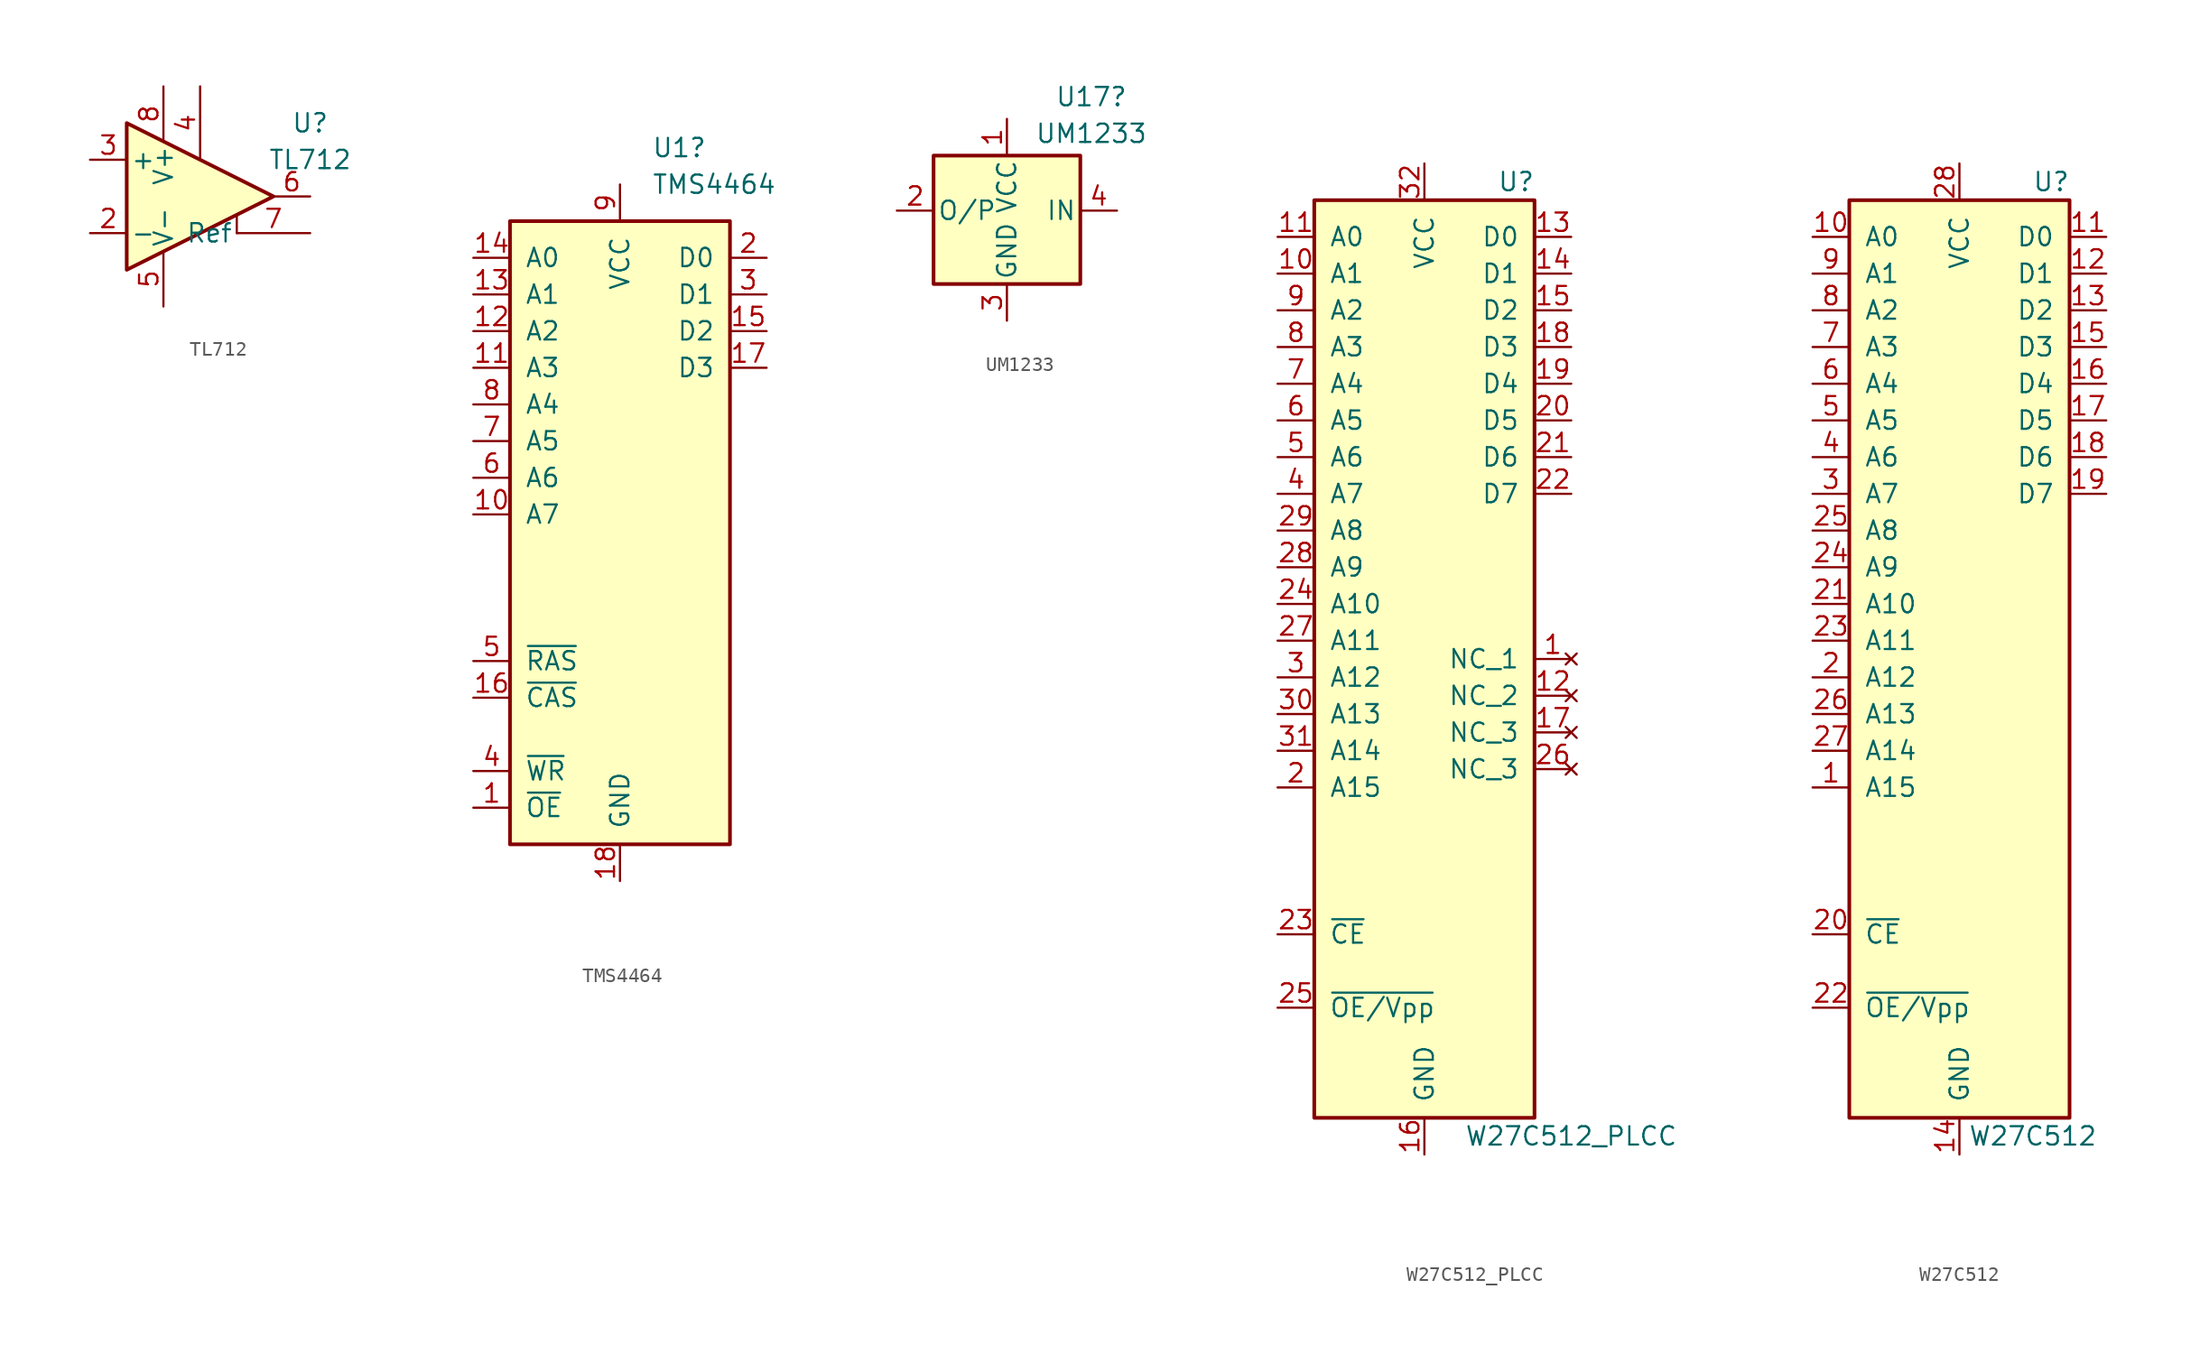
<source format=kicad_sym>
(kicad_symbol_lib
  (version 20241209)
  (generator "kicad_symbol_editor")
  (generator_version "9.0")
  (symbol "TL712"
    (pin_names
      (offset 0.254))
    (property "Reference" "U"
      (at 7.62 5.08 0)
      (effects (font (size 1.27 1.27))))
    (property "Value" "TL712"
      (at 7.62 2.54 0)
      (effects (font (size 1.27 1.27))))
    (symbol "TL712_0_1"
      (polyline (pts (xy -5.08 5.08) (xy 5.08 0) (xy -5.08 -5.08) (xy -5.08 5.08)) (stroke (width 0.254) (type default)) (fill (type background)))
      (polyline (pts (xy 2.54 -2.54) (xy 2.54 -1.27)) (stroke (width 0) (type default)) (fill (type none))))
    (symbol "TL712_1_1"
      (pin input line (at -7.62 2.54 0) (length 2.54) (name "+" (effects (font (size 1.27 1.27)))) (number "3" (effects (font (size 1.27 1.27)))))
      (pin input line (at -7.62 -2.54 0) (length 2.54) (name "-" (effects (font (size 1.27 1.27)))) (number "2" (effects (font (size 1.27 1.27)))))
      (pin power_in line (at -2.54 7.62 270) (length 3.81) (name "V+" (effects (font (size 1.27 1.27)))) (number "8" (effects (font (size 1.27 1.27)))))
      (pin power_in line (at -2.54 -7.62 90) (length 3.81) (name "V-" (effects (font (size 1.27 1.27)))) (number "5" (effects (font (size 1.27 1.27)))))
      (pin input line (at 0 7.62 270) (length 5.08) (name "~" (effects (font (size 1.27 1.27)))) (number "4" (effects (font (size 1.27 1.27)))))
      (pin output line (at 7.62 0 180) (length 2.54) (name "~" (effects (font (size 1.27 1.27)))) (number "6" (effects (font (size 1.27 1.27)))))
      (pin output line (at 7.62 -2.54 180) (length 5.08) (name "Ref" (effects (font (size 1.27 1.27)))) (number "7" (effects (font (size 1.27 1.27)))))))
  (symbol "TMS4464"
    (pin_names
      (offset 1.016))
    (property "Reference" "U1"
      (at 2.194 30.48 0)
      (effects (font (size 1.27 1.27)) (justify left)))
    (property "Value" "TMS4464"
      (at 2.194 27.94 0)
      (effects (font (size 1.27 1.27)) (justify left)))
    (symbol "TMS4464_1_1"
      (rectangle (start -7.62 25.4) (end 7.62 -17.78) (stroke (width 0.254) (type default)) (fill (type background)))
      (pin input line (at -10.16 22.86 0) (length 2.54) (name "A0" (effects (font (size 1.27 1.27)))) (number "14" (effects (font (size 1.27 1.27)))))
      (pin input line (at -10.16 20.32 0) (length 2.54) (name "A1" (effects (font (size 1.27 1.27)))) (number "13" (effects (font (size 1.27 1.27)))))
      (pin input line (at -10.16 17.78 0) (length 2.54) (name "A2" (effects (font (size 1.27 1.27)))) (number "12" (effects (font (size 1.27 1.27)))))
      (pin input line (at -10.16 15.24 0) (length 2.54) (name "A3" (effects (font (size 1.27 1.27)))) (number "11" (effects (font (size 1.27 1.27)))))
      (pin input line (at -10.16 12.7 0) (length 2.54) (name "A4" (effects (font (size 1.27 1.27)))) (number "8" (effects (font (size 1.27 1.27)))))
      (pin input line (at -10.16 10.16 0) (length 2.54) (name "A5" (effects (font (size 1.27 1.27)))) (number "7" (effects (font (size 1.27 1.27)))))
      (pin input line (at -10.16 7.62 0) (length 2.54) (name "A6" (effects (font (size 1.27 1.27)))) (number "6" (effects (font (size 1.27 1.27)))))
      (pin input line (at -10.16 5.08 0) (length 2.54) (name "A7" (effects (font (size 1.27 1.27)))) (number "10" (effects (font (size 1.27 1.27)))))
      (pin input line (at -10.16 -5.08 0) (length 2.54) (name "~{RAS}" (effects (font (size 1.27 1.27)))) (number "5" (effects (font (size 1.27 1.27)))))
      (pin input line (at -10.16 -7.62 0) (length 2.54) (name "~{CAS}" (effects (font (size 1.27 1.27)))) (number "16" (effects (font (size 1.27 1.27)))))
      (pin input line (at -10.16 -12.7 0) (length 2.54) (name "~{WR}" (effects (font (size 1.27 1.27)))) (number "4" (effects (font (size 1.27 1.27)))))
      (pin input line (at -10.16 -15.24 0) (length 2.54) (name "~{OE}" (effects (font (size 1.27 1.27)))) (number "1" (effects (font (size 1.27 1.27)))))
      (pin power_in line (at 0 27.94 270) (length 2.54) (name "VCC" (effects (font (size 1.27 1.27)))) (number "9" (effects (font (size 1.27 1.27)))))
      (pin power_in line (at 0 -20.32 90) (length 2.54) (name "GND" (effects (font (size 1.27 1.27)))) (number "18" (effects (font (size 1.27 1.27)))))
      (pin tri_state line (at 10.16 22.86 180) (length 2.54) (name "D0" (effects (font (size 1.27 1.27)))) (number "2" (effects (font (size 1.27 1.27)))))
      (pin tri_state line (at 10.16 20.32 180) (length 2.54) (name "D1" (effects (font (size 1.27 1.27)))) (number "3" (effects (font (size 1.27 1.27)))))
      (pin tri_state line (at 10.16 17.78 180) (length 2.54) (name "D2" (effects (font (size 1.27 1.27)))) (number "15" (effects (font (size 1.27 1.27)))))
      (pin tri_state line (at 10.16 15.24 180) (length 2.54) (name "D3" (effects (font (size 1.27 1.27)))) (number "17" (effects (font (size 1.27 1.27)))))))
  (symbol "UM1233"
    (pin_names
      (offset 0.254))
    (property "Reference" "U17"
      (at 5.842 7.874 0)
      (effects (font (size 1.27 1.27))))
    (property "Value" "UM1233"
      (at 5.842 5.334 0)
      (effects (font (size 1.27 1.27))))
    (symbol "UM1233_0_1"
      (rectangle (start -5.08 3.81) (end 5.08 -5.08) (stroke (width 0.254) (type default)) (fill (type background))))
    (symbol "UM1233_1_1"
      (pin input line (at -7.62 0 0) (length 2.54) (name "O/P" (effects (font (size 1.27 1.27)))) (number "2" (effects (font (size 1.27 1.27)))))
      (pin power_in line (at 0 6.35 270) (length 2.54) (name "VCC" (effects (font (size 1.27 1.27)))) (number "1" (effects (font (size 1.27 1.27)))))
      (pin power_in line (at 0 -7.62 90) (length 2.54) (name "GND" (effects (font (size 1.27 1.27)))) (number "3" (effects (font (size 1.27 1.27)))))
      (pin input line (at 7.62 0 180) (length 2.54) (name "IN" (effects (font (size 1.27 1.27)))) (number "4" (effects (font (size 1.27 1.27)))))))
  (symbol "W27C512_PLCC"
    (pin_names
      (offset 1.016))
    (property "Reference" "U"
      (at 6.35 33.02 0)
      (effects (font (size 1.27 1.27))))
    (property "Value" "W27C512_PLCC"
      (at 10.16 -33.02 0)
      (effects (font (size 1.27 1.27))))
    (symbol "W27C512_PLCC_1_1"
      (rectangle (start -7.62 31.75) (end 7.62 -31.75) (stroke (width 0.254) (type default)) (fill (type background)))
      (pin input line (at -10.16 29.21 0) (length 2.54) (name "A0" (effects (font (size 1.27 1.27)))) (number "11" (effects (font (size 1.27 1.27)))))
      (pin input line (at -10.16 26.67 0) (length 2.54) (name "A1" (effects (font (size 1.27 1.27)))) (number "10" (effects (font (size 1.27 1.27)))))
      (pin input line (at -10.16 24.13 0) (length 2.54) (name "A2" (effects (font (size 1.27 1.27)))) (number "9" (effects (font (size 1.27 1.27)))))
      (pin input line (at -10.16 21.59 0) (length 2.54) (name "A3" (effects (font (size 1.27 1.27)))) (number "8" (effects (font (size 1.27 1.27)))))
      (pin input line (at -10.16 19.05 0) (length 2.54) (name "A4" (effects (font (size 1.27 1.27)))) (number "7" (effects (font (size 1.27 1.27)))))
      (pin input line (at -10.16 16.51 0) (length 2.54) (name "A5" (effects (font (size 1.27 1.27)))) (number "6" (effects (font (size 1.27 1.27)))))
      (pin input line (at -10.16 13.97 0) (length 2.54) (name "A6" (effects (font (size 1.27 1.27)))) (number "5" (effects (font (size 1.27 1.27)))))
      (pin input line (at -10.16 11.43 0) (length 2.54) (name "A7" (effects (font (size 1.27 1.27)))) (number "4" (effects (font (size 1.27 1.27)))))
      (pin input line (at -10.16 8.89 0) (length 2.54) (name "A8" (effects (font (size 1.27 1.27)))) (number "29" (effects (font (size 1.27 1.27)))))
      (pin input line (at -10.16 6.35 0) (length 2.54) (name "A9" (effects (font (size 1.27 1.27)))) (number "28" (effects (font (size 1.27 1.27)))))
      (pin input line (at -10.16 3.81 0) (length 2.54) (name "A10" (effects (font (size 1.27 1.27)))) (number "24" (effects (font (size 1.27 1.27)))))
      (pin input line (at -10.16 1.27 0) (length 2.54) (name "A11" (effects (font (size 1.27 1.27)))) (number "27" (effects (font (size 1.27 1.27)))))
      (pin input line (at -10.16 -1.27 0) (length 2.54) (name "A12" (effects (font (size 1.27 1.27)))) (number "3" (effects (font (size 1.27 1.27)))))
      (pin input line (at -10.16 -3.81 0) (length 2.54) (name "A13" (effects (font (size 1.27 1.27)))) (number "30" (effects (font (size 1.27 1.27)))))
      (pin input line (at -10.16 -6.35 0) (length 2.54) (name "A14" (effects (font (size 1.27 1.27)))) (number "31" (effects (font (size 1.27 1.27)))))
      (pin input line (at -10.16 -8.89 0) (length 2.54) (name "A15" (effects (font (size 1.27 1.27)))) (number "2" (effects (font (size 1.27 1.27)))))
      (pin input line (at -10.16 -19.05 0) (length 2.54) (name "~{CE}" (effects (font (size 1.27 1.27)))) (number "23" (effects (font (size 1.27 1.27)))))
      (pin input line (at -10.16 -24.13 0) (length 2.54) (name "~{OE/Vpp}" (effects (font (size 1.27 1.27)))) (number "25" (effects (font (size 1.27 1.27)))))
      (pin power_in line (at 0 34.29 270) (length 2.54) (name "VCC" (effects (font (size 1.27 1.27)))) (number "32" (effects (font (size 1.27 1.27)))))
      (pin power_in line (at 0 -34.29 90) (length 2.54) (name "GND" (effects (font (size 1.27 1.27)))) (number "16" (effects (font (size 1.27 1.27)))))
      (pin tri_state line (at 10.16 29.21 180) (length 2.54) (name "D0" (effects (font (size 1.27 1.27)))) (number "13" (effects (font (size 1.27 1.27)))))
      (pin tri_state line (at 10.16 26.67 180) (length 2.54) (name "D1" (effects (font (size 1.27 1.27)))) (number "14" (effects (font (size 1.27 1.27)))))
      (pin tri_state line (at 10.16 24.13 180) (length 2.54) (name "D2" (effects (font (size 1.27 1.27)))) (number "15" (effects (font (size 1.27 1.27)))))
      (pin tri_state line (at 10.16 21.59 180) (length 2.54) (name "D3" (effects (font (size 1.27 1.27)))) (number "18" (effects (font (size 1.27 1.27)))))
      (pin tri_state line (at 10.16 19.05 180) (length 2.54) (name "D4" (effects (font (size 1.27 1.27)))) (number "19" (effects (font (size 1.27 1.27)))))
      (pin tri_state line (at 10.16 16.51 180) (length 2.54) (name "D5" (effects (font (size 1.27 1.27)))) (number "20" (effects (font (size 1.27 1.27)))))
      (pin tri_state line (at 10.16 13.97 180) (length 2.54) (name "D6" (effects (font (size 1.27 1.27)))) (number "21" (effects (font (size 1.27 1.27)))))
      (pin tri_state line (at 10.16 11.43 180) (length 2.54) (name "D7" (effects (font (size 1.27 1.27)))) (number "22" (effects (font (size 1.27 1.27)))))
      (pin no_connect line (at 10.16 0 180) (length 2.54) (name "NC_1" (effects (font (size 1.27 1.27)))) (number "1" (effects (font (size 1.27 1.27)))))
      (pin no_connect line (at 10.16 -2.54 180) (length 2.54) (name "NC_2" (effects (font (size 1.27 1.27)))) (number "12" (effects (font (size 1.27 1.27)))))
      (pin no_connect line (at 10.16 -5.08 180) (length 2.54) (name "NC_3" (effects (font (size 1.27 1.27)))) (number "17" (effects (font (size 1.27 1.27)))))
      (pin no_connect line (at 10.16 -7.62 180) (length 2.54) (name "NC_3" (effects (font (size 1.27 1.27)))) (number "26" (effects (font (size 1.27 1.27)))))))
  (symbol "W27C512"
    (pin_names
      (offset 1.016))
    (property "Reference" "U"
      (at 6.35 33.02 0)
      (effects (font (size 1.27 1.27))))
    (property "Value" "W27C512"
      (at 5.08 -33.02 0)
      (effects (font (size 1.27 1.27))))
    (symbol "W27C512_1_1"
      (rectangle (start -7.62 31.75) (end 7.62 -31.75) (stroke (width 0.254) (type default)) (fill (type background)))
      (pin input line (at -10.16 29.21 0) (length 2.54) (name "A0" (effects (font (size 1.27 1.27)))) (number "10" (effects (font (size 1.27 1.27)))))
      (pin input line (at -10.16 26.67 0) (length 2.54) (name "A1" (effects (font (size 1.27 1.27)))) (number "9" (effects (font (size 1.27 1.27)))))
      (pin input line (at -10.16 24.13 0) (length 2.54) (name "A2" (effects (font (size 1.27 1.27)))) (number "8" (effects (font (size 1.27 1.27)))))
      (pin input line (at -10.16 21.59 0) (length 2.54) (name "A3" (effects (font (size 1.27 1.27)))) (number "7" (effects (font (size 1.27 1.27)))))
      (pin input line (at -10.16 19.05 0) (length 2.54) (name "A4" (effects (font (size 1.27 1.27)))) (number "6" (effects (font (size 1.27 1.27)))))
      (pin input line (at -10.16 16.51 0) (length 2.54) (name "A5" (effects (font (size 1.27 1.27)))) (number "5" (effects (font (size 1.27 1.27)))))
      (pin input line (at -10.16 13.97 0) (length 2.54) (name "A6" (effects (font (size 1.27 1.27)))) (number "4" (effects (font (size 1.27 1.27)))))
      (pin input line (at -10.16 11.43 0) (length 2.54) (name "A7" (effects (font (size 1.27 1.27)))) (number "3" (effects (font (size 1.27 1.27)))))
      (pin input line (at -10.16 8.89 0) (length 2.54) (name "A8" (effects (font (size 1.27 1.27)))) (number "25" (effects (font (size 1.27 1.27)))))
      (pin input line (at -10.16 6.35 0) (length 2.54) (name "A9" (effects (font (size 1.27 1.27)))) (number "24" (effects (font (size 1.27 1.27)))))
      (pin input line (at -10.16 3.81 0) (length 2.54) (name "A10" (effects (font (size 1.27 1.27)))) (number "21" (effects (font (size 1.27 1.27)))))
      (pin input line (at -10.16 1.27 0) (length 2.54) (name "A11" (effects (font (size 1.27 1.27)))) (number "23" (effects (font (size 1.27 1.27)))))
      (pin input line (at -10.16 -1.27 0) (length 2.54) (name "A12" (effects (font (size 1.27 1.27)))) (number "2" (effects (font (size 1.27 1.27)))))
      (pin input line (at -10.16 -3.81 0) (length 2.54) (name "A13" (effects (font (size 1.27 1.27)))) (number "26" (effects (font (size 1.27 1.27)))))
      (pin input line (at -10.16 -6.35 0) (length 2.54) (name "A14" (effects (font (size 1.27 1.27)))) (number "27" (effects (font (size 1.27 1.27)))))
      (pin input line (at -10.16 -8.89 0) (length 2.54) (name "A15" (effects (font (size 1.27 1.27)))) (number "1" (effects (font (size 1.27 1.27)))))
      (pin input line (at -10.16 -19.05 0) (length 2.54) (name "~{CE}" (effects (font (size 1.27 1.27)))) (number "20" (effects (font (size 1.27 1.27)))))
      (pin input line (at -10.16 -24.13 0) (length 2.54) (name "~{OE/Vpp}" (effects (font (size 1.27 1.27)))) (number "22" (effects (font (size 1.27 1.27)))))
      (pin power_in line (at 0 34.29 270) (length 2.54) (name "VCC" (effects (font (size 1.27 1.27)))) (number "28" (effects (font (size 1.27 1.27)))))
      (pin power_in line (at 0 -34.29 90) (length 2.54) (name "GND" (effects (font (size 1.27 1.27)))) (number "14" (effects (font (size 1.27 1.27)))))
      (pin tri_state line (at 10.16 29.21 180) (length 2.54) (name "D0" (effects (font (size 1.27 1.27)))) (number "11" (effects (font (size 1.27 1.27)))))
      (pin tri_state line (at 10.16 26.67 180) (length 2.54) (name "D1" (effects (font (size 1.27 1.27)))) (number "12" (effects (font (size 1.27 1.27)))))
      (pin tri_state line (at 10.16 24.13 180) (length 2.54) (name "D2" (effects (font (size 1.27 1.27)))) (number "13" (effects (font (size 1.27 1.27)))))
      (pin tri_state line (at 10.16 21.59 180) (length 2.54) (name "D3" (effects (font (size 1.27 1.27)))) (number "15" (effects (font (size 1.27 1.27)))))
      (pin tri_state line (at 10.16 19.05 180) (length 2.54) (name "D4" (effects (font (size 1.27 1.27)))) (number "16" (effects (font (size 1.27 1.27)))))
      (pin tri_state line (at 10.16 16.51 180) (length 2.54) (name "D5" (effects (font (size 1.27 1.27)))) (number "17" (effects (font (size 1.27 1.27)))))
      (pin tri_state line (at 10.16 13.97 180) (length 2.54) (name "D6" (effects (font (size 1.27 1.27)))) (number "18" (effects (font (size 1.27 1.27)))))
      (pin tri_state line (at 10.16 11.43 180) (length 2.54) (name "D7" (effects (font (size 1.27 1.27)))) (number "19" (effects (font (size 1.27 1.27))))))))
</source>
